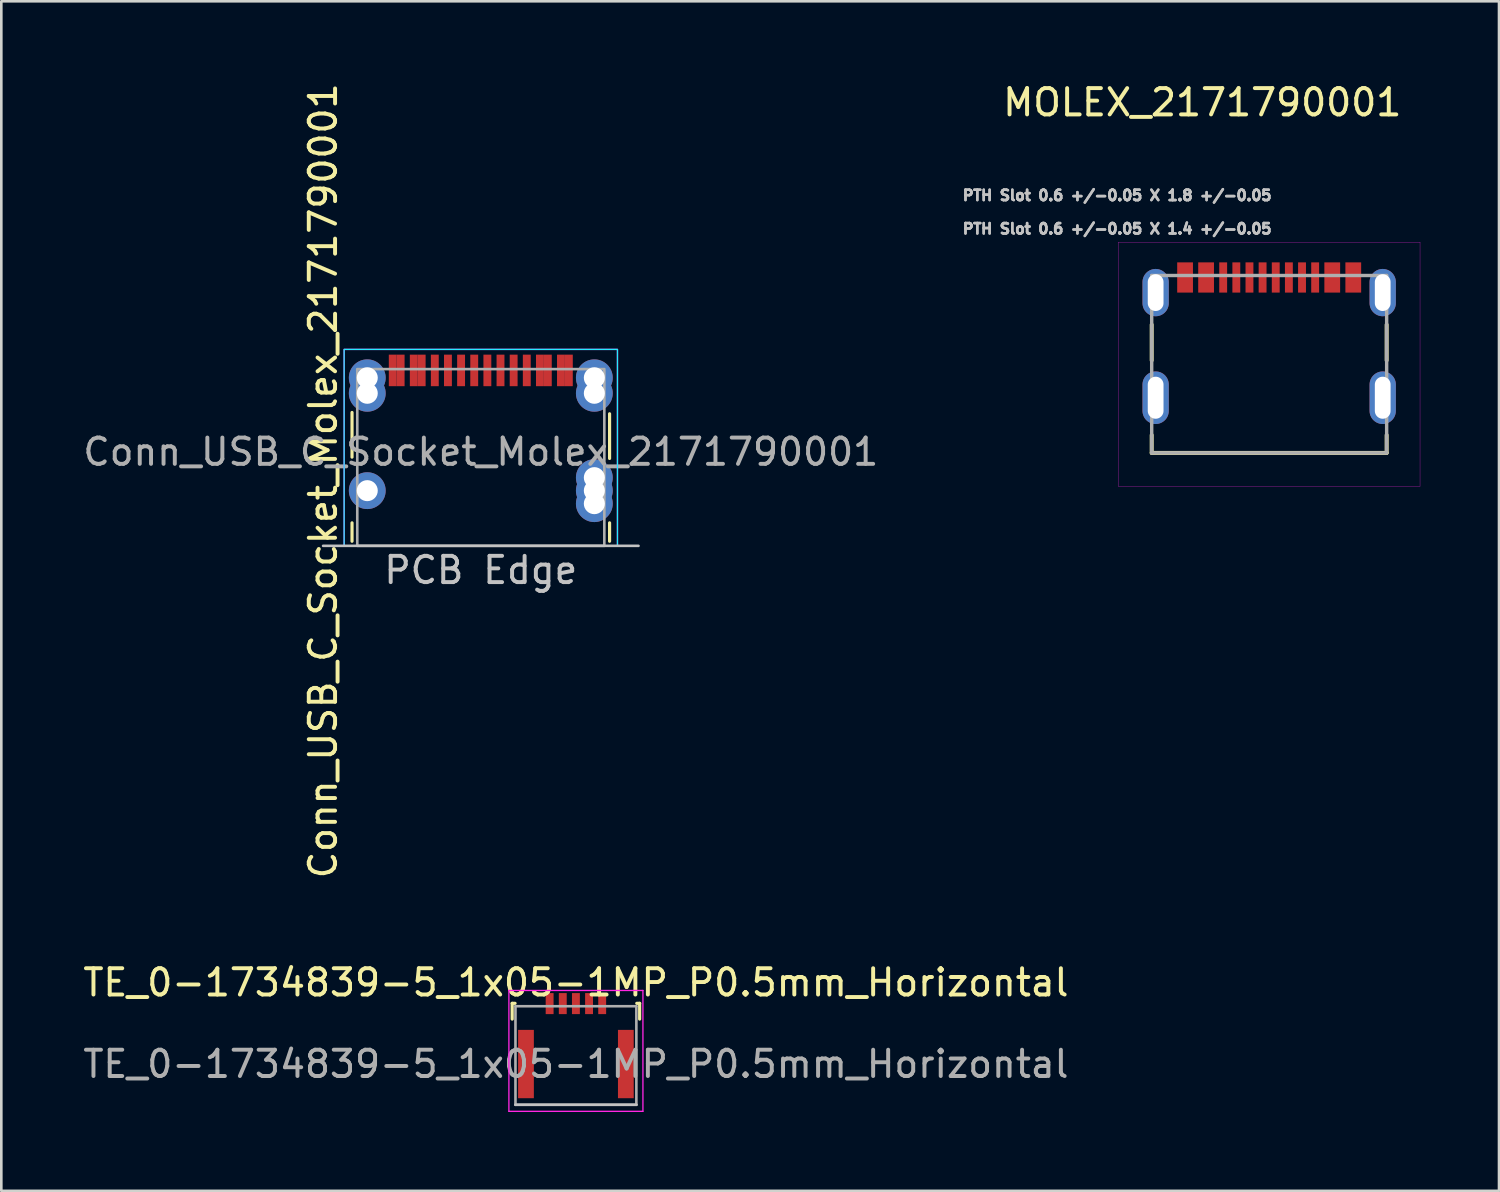
<source format=kicad_pcb>
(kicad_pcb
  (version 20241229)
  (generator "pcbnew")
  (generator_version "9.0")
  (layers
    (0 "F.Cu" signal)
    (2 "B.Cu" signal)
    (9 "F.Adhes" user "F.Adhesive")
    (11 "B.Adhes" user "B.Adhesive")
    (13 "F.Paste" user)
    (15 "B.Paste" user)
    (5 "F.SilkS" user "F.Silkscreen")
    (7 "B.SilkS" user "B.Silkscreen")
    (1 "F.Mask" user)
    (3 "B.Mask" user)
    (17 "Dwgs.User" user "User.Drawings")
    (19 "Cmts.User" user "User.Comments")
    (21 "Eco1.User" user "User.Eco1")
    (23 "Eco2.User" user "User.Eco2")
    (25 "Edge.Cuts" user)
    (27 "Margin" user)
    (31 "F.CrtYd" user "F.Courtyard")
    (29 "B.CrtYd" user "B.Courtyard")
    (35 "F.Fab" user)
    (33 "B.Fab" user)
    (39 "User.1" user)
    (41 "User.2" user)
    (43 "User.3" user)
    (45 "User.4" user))
  (footprint "Conn_USB_C_Socket_Molex_2171790001"
    (layer "F.Cu")
    (at 15.244 11.044)
    (property "Reference" "Conn_USB_C_Socket_Molex_2171790001" (at -6 4.2 90) (unlocked yes) (layer "F.SilkS") (effects (font (size 1 1) (thickness 0.15))))
    (attr smd)
    (fp_line (start -4.9 1.6) (end -4.9 3.3) (stroke (width 0.12) (type solid)) (layer "F.SilkS"))
    (fp_line (start -4.9 6.5) (end -4.9 5.8) (stroke (width 0.12) (type solid)) (layer "F.SilkS"))
    (fp_line (start 4.9 1.65) (end 4.9 3.35) (stroke (width 0.12) (type solid)) (layer "F.SilkS"))
    (fp_line (start 4.9 6.5) (end 4.9 5.8) (stroke (width 0.12) (type solid)) (layer "F.SilkS"))
    (fp_line (start 6 6.675) (end -6 6.675) (stroke (width 0.1) (type solid)) (layer "Dwgs.User"))
    (fp_rect (start -5.2 -0.8) (end 5.2 6.675) (stroke (width 0.05) (type solid)) (fill no) (layer "B.CrtYd"))
    (fp_rect (start -5.2 -0.8) (end 5.2 6.675) (stroke (width 0.05) (type solid)) (fill no) (layer "F.CrtYd"))
    (fp_rect (start -4.7 -0.05) (end 4.7 6.675) (stroke (width 0.1) (type solid)) (fill no) (layer "F.Fab"))
    (fp_text user "PCB Edge" (at 0 7.6 0) (unlocked yes) (layer "Dwgs.User") (effects (font (size 1 1) (thickness 0.15))))
    (fp_text user "${REFERENCE}" (at 0 3.1 0) (unlocked yes) (layer "F.Fab") (effects (font (size 1 1) (thickness 0.15))))
    (pad "A1" smd rect (at -3.35 0) (size 0.3 1.2) (layers "F.Cu" "F.Mask" "F.Paste"))
    (pad "A4" smd rect (at -2.55 0) (size 0.3 1.2) (layers "F.Cu" "F.Mask" "F.Paste"))
    (pad "A5" smd rect (at -1.25 0) (size 0.3 1.2) (layers "F.Cu" "F.Mask" "F.Paste"))
    (pad "A6" smd rect (at -0.25 0) (size 0.3 1.2) (layers "F.Cu" "F.Mask" "F.Paste"))
    (pad "A7" smd rect (at 0.25 0) (size 0.3 1.2) (layers "F.Cu" "F.Mask" "F.Paste"))
    (pad "A8" smd rect (at 1.25 0) (size 0.3 1.2) (layers "F.Cu" "F.Mask" "F.Paste"))
    (pad "A9" smd rect (at 2.55 0) (size 0.3 1.2) (layers "F.Cu" "F.Mask" "F.Paste"))
    (pad "A12" smd rect (at 3.35 0) (size 0.3 1.2) (layers "F.Cu" "F.Mask" "F.Paste"))
    (pad "B1" smd rect (at 3.05 0) (size 0.3 1.2) (layers "F.Cu" "F.Mask" "F.Paste"))
    (pad "B4" smd rect (at 2.25 0) (size 0.3 1.2) (layers "F.Cu" "F.Mask" "F.Paste"))
    (pad "B5" smd rect (at 1.75 0) (size 0.3 1.2) (layers "F.Cu" "F.Mask" "F.Paste"))
    (pad "B6" smd rect (at 0.75 0) (size 0.3 1.2) (layers "F.Cu" "F.Mask" "F.Paste"))
    (pad "B7" smd rect (at -0.75 0) (size 0.3 1.2) (layers "F.Cu" "F.Mask" "F.Paste"))
    (pad "B8" smd rect (at -1.75 0) (size 0.3 1.2) (layers "F.Cu" "F.Mask" "F.Paste"))
    (pad "B9" smd rect (at -2.25 0) (size 0.3 1.2) (layers "F.Cu" "F.Mask" "F.Paste"))
    (pad "B12" smd rect (at -3.05 0) (size 0.3 1.2) (layers "F.Cu" "F.Mask" "F.Paste"))
    (pad "S1" thru_hole circle (at -4.32 0.28) (size 1.4 1.4) (drill 0.8) (layers "*.Cu" "*.Mask"))
    (pad "S1" thru_hole circle (at -4.32 0.87) (size 1.4 1.4) (drill 0.8) (layers "*.Cu" "*.Mask"))
    (pad "S1" thru_hole circle (at -4.32 4.575) (size 1.4 1.4) (drill 0.8) (layers "*.Cu" "*.Mask"))
    (pad "S1" thru_hole circle (at 4.32 0.28) (size 1.4 1.4) (drill 0.8) (layers "*.Cu" "*.Mask"))
    (pad "S1" thru_hole circle (at 4.32 0.87) (size 1.4 1.4) (drill 0.8) (layers "*.Cu" "*.Mask"))
    (pad "S1" thru_hole circle (at 4.32 4.08) (size 1.4 1.4) (drill 0.8) (layers "*.Cu" "*.Mask"))
    (pad "S1" thru_hole circle (at 4.32 4.575) (size 1.4 1.4) (drill 0.8) (layers "*.Cu" "*.Mask"))
    (pad "S1" thru_hole circle (at 4.32 5.07) (size 1.4 1.4) (drill 0.8) (layers "*.Cu" "*.Mask")))
  (footprint "TE_0-1734839-5_1x05-1MP_P0.5mm_Horizontal"
    (layer "F.Cu")
    (at 18.863 37.436)
    (property "Reference" "TE_0-1734839-5_1x05-1MP_P0.5mm_Horizontal" (at 0 -3.1 0) (layer "F.SilkS") (effects (font (size 1 1) (thickness 0.15))))
    (attr smd)
    (fp_line (start -2.425 -2.31) (end -2.425 -1.71) (stroke (width 0.12) (type solid)) (layer "F.SilkS"))
    (fp_line (start -2.315 -2.31) (end -2.425 -2.31) (stroke (width 0.12) (type solid)) (layer "F.SilkS"))
    (fp_line (start 2.315 -2.31) (end 2.425 -2.31) (stroke (width 0.12) (type solid)) (layer "F.SilkS"))
    (fp_line (start 2.425 -2.31) (end 2.425 -1.71) (stroke (width 0.12) (type solid)) (layer "F.SilkS"))
    (fp_line (start 2.3 1.55) (end -2.3 1.55) (stroke (width 0.1) (type solid)) (layer "Dwgs.User"))
    (fp_line (start -2.55 -2.8) (end -2.55 1.8) (stroke (width 0.05) (type solid)) (layer "F.CrtYd"))
    (fp_line (start -2.55 1.8) (end 2.55 1.8) (stroke (width 0.05) (type solid)) (layer "F.CrtYd"))
    (fp_line (start 2.55 -2.8) (end -2.55 -2.8) (stroke (width 0.05) (type solid)) (layer "F.CrtYd"))
    (fp_line (start 2.55 1.8) (end 2.55 -2.8) (stroke (width 0.05) (type solid)) (layer "F.CrtYd"))
    (fp_line (start -2.3 -2.2) (end 2.3 -2.2) (stroke (width 0.1) (type solid)) (layer "F.Fab"))
    (fp_line (start -2.3 1.55) (end -2.3 -2.2) (stroke (width 0.1) (type solid)) (layer "F.Fab"))
    (fp_line (start 2.3 -2.2) (end 2.3 1.55) (stroke (width 0.1) (type solid)) (layer "F.Fab"))
    (fp_line (start 2.3 1.55) (end -2.3 1.55) (stroke (width 0.1) (type solid)) (layer "F.Fab"))
    (fp_text user "${REFERENCE}" (at 0 0 0) (layer "F.Fab") (effects (font (size 1 1) (thickness 0.15))))
    (pad "1" smd rect (at -1 -2.3) (size 0.3 0.8) (layers "F.Cu" "F.Mask" "F.Paste"))
    (pad "2" smd rect (at -0.5 -2.3) (size 0.3 0.8) (layers "F.Cu" "F.Mask" "F.Paste"))
    (pad "3" smd rect (at 0 -2.3) (size 0.3 0.8) (layers "F.Cu" "F.Mask" "F.Paste"))
    (pad "4" smd rect (at 0.5 -2.3) (size 0.3 0.8) (layers "F.Cu" "F.Mask" "F.Paste"))
    (pad "5" smd rect (at 1 -2.3) (size 0.3 0.8) (layers "F.Cu" "F.Mask" "F.Paste"))
    (pad "MP" smd rect (at -1.9 0) (size 0.6 2.6) (layers "F.Cu" "F.Mask" "F.Paste"))
    (pad "MP" smd rect (at 1.9 0) (size 0.6 2.6) (layers "F.Cu" "F.Mask" "F.Paste")))
  (footprint "MOLEX_2171790001"
    (layer "F.Cu")
    (at 45.241 10.808)
    (property "Reference" "MOLEX_2171790001" (at -2.545 -9.96 0) (layer "F.SilkS") (effects (font (size 1 1) (thickness 0.15))))
    (attr smd)
    (fp_line (start -4.47 -0.145) (end -4.47 -1.505) (stroke (width 0.15) (type solid)) (layer "F.SilkS"))
    (fp_line (start -4.47 3.375) (end -4.47 2.695) (stroke (width 0.15) (type solid)) (layer "F.SilkS"))
    (fp_line (start 4.47 -1.505) (end 4.47 -0.145) (stroke (width 0.15) (type solid)) (layer "F.SilkS"))
    (fp_line (start 4.47 2.695) (end 4.47 3.375) (stroke (width 0.15) (type solid)) (layer "F.SilkS"))
    (fp_line (start 4.47 3.375) (end -4.47 3.375) (stroke (width 0.15) (type solid)) (layer "F.SilkS"))
    (fp_line (start -5.74 -4.645) (end 5.74 -4.645) (stroke (width 0.01) (type solid)) (layer "F.CrtYd"))
    (fp_line (start -5.74 4.645) (end -5.74 -4.645) (stroke (width 0.01) (type solid)) (layer "F.CrtYd"))
    (fp_line (start 5.74 -4.645) (end 5.74 4.645) (stroke (width 0.01) (type solid)) (layer "F.CrtYd"))
    (fp_line (start 5.74 4.645) (end -5.74 4.645) (stroke (width 0.01) (type solid)) (layer "F.CrtYd"))
    (fp_line (start -4.47 -3.375) (end 4.47 -3.375) (stroke (width 0.13) (type solid)) (layer "F.Fab"))
    (fp_line (start -4.47 3.375) (end -4.47 -3.375) (stroke (width 0.13) (type solid)) (layer "F.Fab"))
    (fp_line (start 4.47 -3.375) (end 4.47 3.375) (stroke (width 0.13) (type solid)) (layer "F.Fab"))
    (fp_line (start 4.47 3.375) (end -4.47 3.375) (stroke (width 0.13) (type solid)) (layer "F.Fab"))
    (fp_text user "PTH Slot 0.6 +/-0.05 X 1.4 +/-0.05" (at -5.786 -5.153 0) (layer "Dwgs.User") (effects (font (size 0.394 0.394) (thickness 0.15))))
    (fp_text user "PTH Slot 0.6 +/-0.05 X 1.8 +/-0.05" (at -5.786 -6.423 0) (layer "Dwgs.User") (effects (font (size 0.394 0.394) (thickness 0.15))))
    (fp_text user "PTH Slot 0.6 +/-0.05 X 1.8 +/-0.05" (at -5.786 -6.423 0) (layer "F.Fab") (effects (font (size 0.394 0.394) (thickness 0.15))))
    (fp_text user "PTH Slot 0.6 +/-0.05 X 1.4 +/-0.05" (at -5.786 -5.153 0) (layer "F.Fab") (effects (font (size 0.394 0.394) (thickness 0.15))))
    (pad "A1B12" smd rect (at -3.2 -3.3) (size 0.6 1.15) (layers "F.Cu" "F.Paste"))
    (pad "A4B9" smd rect (at -2.4 -3.3) (size 0.6 1.15) (layers "F.Cu" "F.Paste"))
    (pad "A5" smd rect (at -1.25 -3.3) (size 0.3 1.15) (layers "F.Cu" "F.Paste"))
    (pad "A6" smd rect (at -0.25 -3.3) (size 0.3 1.15) (layers "F.Cu" "F.Paste"))
    (pad "A7" smd rect (at 0.25 -3.3) (size 0.3 1.15) (layers "F.Cu" "F.Paste"))
    (pad "A8" smd rect (at 1.25 -3.3) (size 0.3 1.15) (layers "F.Cu" "F.Paste"))
    (pad "B1A12" smd rect (at 3.2 -3.3) (size 0.6 1.15) (layers "F.Cu" "F.Paste"))
    (pad "B4A9" smd rect (at 2.4 -3.3) (size 0.6 1.15) (layers "F.Cu" "F.Paste"))
    (pad "B5" smd rect (at 1.75 -3.3) (size 0.3 1.15) (layers "F.Cu" "F.Paste"))
    (pad "B6" smd rect (at 0.75 -3.3) (size 0.3 1.15) (layers "F.Cu" "F.Paste"))
    (pad "B7" smd rect (at -0.75 -3.3) (size 0.3 1.15) (layers "F.Cu" "F.Paste"))
    (pad "B8" smd rect (at -1.75 -3.3) (size 0.3 1.15) (layers "F.Cu" "F.Paste"))
    (pad "SH1" thru_hole oval (at -4.32 1.275) (size 1 2) (drill oval 0.6 1.6) (layers "*.Cu"))
    (pad "SH2" thru_hole oval (at 4.32 1.275) (size 1 2) (drill oval 0.6 1.6) (layers "*.Cu"))
    (pad "SH3" thru_hole oval (at -4.32 -2.725) (size 1 1.8) (drill oval 0.6 1.4) (layers "*.Cu"))
    (pad "SH4" thru_hole oval (at 4.32 -2.725) (size 1 1.8) (drill oval 0.6 1.4) (layers "*.Cu")))
  (gr_rect
    (start -3 -3)
    (end 53.986 42.261)
    (stroke (width 0.1) (type default))
    (fill no)
    (layer "Edge.Cuts")))
</source>
